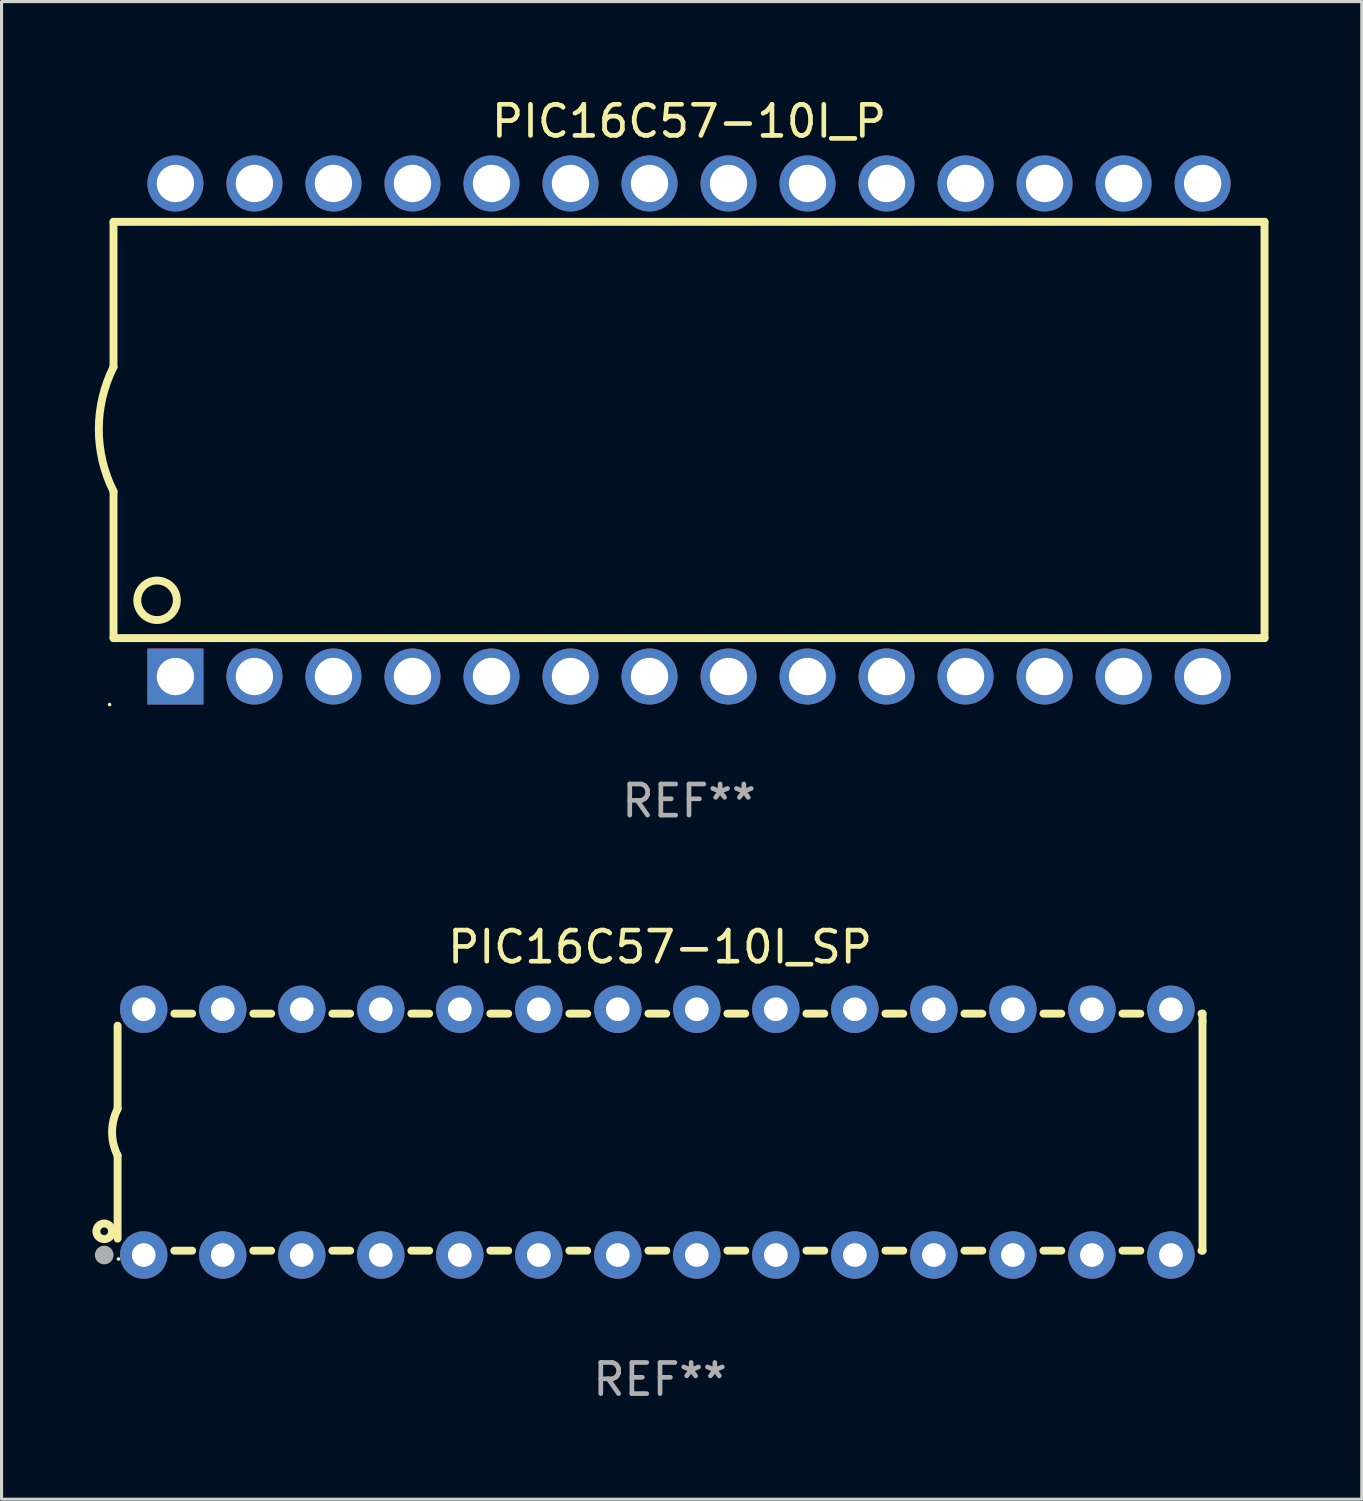
<source format=kicad_pcb>
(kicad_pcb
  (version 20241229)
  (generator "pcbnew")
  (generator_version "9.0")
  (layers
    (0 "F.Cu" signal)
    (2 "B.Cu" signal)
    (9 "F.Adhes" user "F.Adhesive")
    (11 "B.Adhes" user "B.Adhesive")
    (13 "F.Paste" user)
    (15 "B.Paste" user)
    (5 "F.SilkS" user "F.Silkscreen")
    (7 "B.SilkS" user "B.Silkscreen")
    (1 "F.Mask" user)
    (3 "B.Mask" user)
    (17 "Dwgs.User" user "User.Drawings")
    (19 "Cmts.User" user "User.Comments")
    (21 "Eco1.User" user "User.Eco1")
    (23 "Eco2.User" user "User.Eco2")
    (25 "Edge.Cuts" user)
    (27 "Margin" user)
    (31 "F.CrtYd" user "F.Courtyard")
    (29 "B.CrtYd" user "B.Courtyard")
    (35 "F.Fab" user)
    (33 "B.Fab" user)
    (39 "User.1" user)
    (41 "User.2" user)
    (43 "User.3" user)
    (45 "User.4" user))
  (footprint "PIC16C57-10I_SP"
    (layer "F.Cu")
    (at 18.168 33.344)
    (property "Reference" "PIC16C57-10I_SP" (at 0 -5.95 0) (layer "F.SilkS") (effects (font (size 1 1) (thickness 0.15))))
    (attr through_hole)
    (fp_line (start -17.438 0.75) (end -17.438 3.423) (stroke (width 0.254) (type solid)) (layer "F.SilkS"))
    (fp_line (start -17.438 -3.423) (end -17.438 -0.75) (stroke (width 0.254) (type solid)) (layer "F.SilkS"))
    (fp_line (start -15.615 3.81) (end -15.041 3.81) (stroke (width 0.254) (type solid)) (layer "F.SilkS"))
    (fp_line (start -15.041 -3.81) (end -15.614 -3.81) (stroke (width 0.254) (type solid)) (layer "F.SilkS"))
    (fp_line (start -13.075 3.81) (end -12.501 3.81) (stroke (width 0.254) (type solid)) (layer "F.SilkS"))
    (fp_line (start -12.501 -3.81) (end -13.074 -3.81) (stroke (width 0.254) (type solid)) (layer "F.SilkS"))
    (fp_line (start -10.535 3.81) (end -9.961 3.81) (stroke (width 0.254) (type solid)) (layer "F.SilkS"))
    (fp_line (start -9.961 -3.81) (end -10.534 -3.81) (stroke (width 0.254) (type solid)) (layer "F.SilkS"))
    (fp_line (start -7.995 3.81) (end -7.421 3.81) (stroke (width 0.254) (type solid)) (layer "F.SilkS"))
    (fp_line (start -7.421 -3.81) (end -7.995 -3.81) (stroke (width 0.254) (type solid)) (layer "F.SilkS"))
    (fp_line (start -5.455 3.81) (end -4.881 3.81) (stroke (width 0.254) (type solid)) (layer "F.SilkS"))
    (fp_line (start -4.881 -3.81) (end -5.455 -3.81) (stroke (width 0.254) (type solid)) (layer "F.SilkS"))
    (fp_line (start -2.915 3.81) (end -2.341 3.81) (stroke (width 0.254) (type solid)) (layer "F.SilkS"))
    (fp_line (start -2.341 -3.81) (end -2.915 -3.81) (stroke (width 0.254) (type solid)) (layer "F.SilkS"))
    (fp_line (start -0.375 3.81) (end 0.199 3.81) (stroke (width 0.254) (type solid)) (layer "F.SilkS"))
    (fp_line (start 0.199 -3.81) (end -0.375 -3.81) (stroke (width 0.254) (type solid)) (layer "F.SilkS"))
    (fp_line (start 2.165 3.81) (end 2.739 3.81) (stroke (width 0.254) (type solid)) (layer "F.SilkS"))
    (fp_line (start 2.739 -3.81) (end 2.165 -3.81) (stroke (width 0.254) (type solid)) (layer "F.SilkS"))
    (fp_line (start 4.705 3.81) (end 5.279 3.81) (stroke (width 0.254) (type solid)) (layer "F.SilkS"))
    (fp_line (start 5.279 -3.81) (end 4.705 -3.81) (stroke (width 0.254) (type solid)) (layer "F.SilkS"))
    (fp_line (start 7.245 3.81) (end 7.819 3.81) (stroke (width 0.254) (type solid)) (layer "F.SilkS"))
    (fp_line (start 7.819 -3.81) (end 7.245 -3.81) (stroke (width 0.254) (type solid)) (layer "F.SilkS"))
    (fp_line (start 9.785 3.81) (end 10.359 3.81) (stroke (width 0.254) (type solid)) (layer "F.SilkS"))
    (fp_line (start 10.359 -3.81) (end 9.785 -3.81) (stroke (width 0.254) (type solid)) (layer "F.SilkS"))
    (fp_line (start 12.325 3.81) (end 12.899 3.81) (stroke (width 0.254) (type solid)) (layer "F.SilkS"))
    (fp_line (start 12.899 -3.81) (end 12.325 -3.81) (stroke (width 0.254) (type solid)) (layer "F.SilkS"))
    (fp_line (start 14.865 3.81) (end 15.439 3.81) (stroke (width 0.254) (type solid)) (layer "F.SilkS"))
    (fp_line (start 15.439 -3.81) (end 14.865 -3.81) (stroke (width 0.254) (type solid)) (layer "F.SilkS"))
    (fp_line (start 17.405 3.81) (end 17.438 3.81) (stroke (width 0.254) (type solid)) (layer "F.SilkS"))
    (fp_line (start 17.438 -3.81) (end 17.405 -3.81) (stroke (width 0.254) (type solid)) (layer "F.SilkS"))
    (fp_line (start 17.438 -3.556) (end 17.438 -3.81) (stroke (width 0.254) (type solid)) (layer "F.SilkS"))
    (fp_line (start 17.438 3.81) (end 17.438 -3.556) (stroke (width 0.254) (type solid)) (layer "F.SilkS"))
    (fp_arc (start -17.437986 0.749657) (mid -17.614887 -0.000024) (end -17.437783 -0.749657) (stroke (width 0.254001) (type solid)) (layer "F.SilkS"))
    (fp_circle (center -17.868 3.188) (end -17.743 3.188) (stroke (width 0.254) (type solid)) (fill no) (layer "F.SilkS"))
    (fp_circle (center -17.411 4.077) (end -17.381 4.077) (stroke (width 0.06) (type solid)) (fill no) (layer "F.SilkS"))
    (fp_circle (center -17.868 3.95) (end -17.718 3.95) (stroke (width 0.3) (type solid)) (fill no) (layer "F.Fab"))
    (fp_text user "REF**" (at 0 7.95 0) (layer "F.Fab") (effects (font (size 1 1) (thickness 0.15))))
    (pad "1" thru_hole circle (at -16.598 3.95) (size 1.524 1.524) (drill 0.762) (layers "*.Cu" "*.Mask"))
    (pad "2" thru_hole circle (at -14.058 3.95) (size 1.524 1.524) (drill 0.762) (layers "*.Cu" "*.Mask"))
    (pad "3" thru_hole circle (at -11.518 3.95) (size 1.524 1.524) (drill 0.762) (layers "*.Cu" "*.Mask"))
    (pad "4" thru_hole circle (at -8.978 3.95) (size 1.524 1.524) (drill 0.762) (layers "*.Cu" "*.Mask"))
    (pad "5" thru_hole circle (at -6.438 3.95) (size 1.524 1.524) (drill 0.762) (layers "*.Cu" "*.Mask"))
    (pad "6" thru_hole circle (at -3.898 3.95) (size 1.524 1.524) (drill 0.762) (layers "*.Cu" "*.Mask"))
    (pad "7" thru_hole circle (at -1.358 3.95) (size 1.524 1.524) (drill 0.762) (layers "*.Cu" "*.Mask"))
    (pad "8" thru_hole circle (at 1.182 3.95) (size 1.524 1.524) (drill 0.762) (layers "*.Cu" "*.Mask"))
    (pad "9" thru_hole circle (at 3.722 3.95) (size 1.524 1.524) (drill 0.762) (layers "*.Cu" "*.Mask"))
    (pad "10" thru_hole circle (at 6.262 3.95) (size 1.524 1.524) (drill 0.762) (layers "*.Cu" "*.Mask"))
    (pad "11" thru_hole circle (at 8.802 3.95) (size 1.524 1.524) (drill 0.762) (layers "*.Cu" "*.Mask"))
    (pad "12" thru_hole circle (at 11.342 3.95) (size 1.524 1.524) (drill 0.762) (layers "*.Cu" "*.Mask"))
    (pad "13" thru_hole circle (at 13.882 3.95) (size 1.524 1.524) (drill 0.762) (layers "*.Cu" "*.Mask"))
    (pad "14" thru_hole circle (at 16.422 3.95) (size 1.524 1.524) (drill 0.762) (layers "*.Cu" "*.Mask"))
    (pad "15" thru_hole circle (at 16.422 -3.95) (size 1.524 1.524) (drill 0.762) (layers "*.Cu" "*.Mask"))
    (pad "16" thru_hole circle (at 13.882 -3.95) (size 1.524 1.524) (drill 0.762) (layers "*.Cu" "*.Mask"))
    (pad "17" thru_hole circle (at 11.342 -3.95) (size 1.524 1.524) (drill 0.762) (layers "*.Cu" "*.Mask"))
    (pad "18" thru_hole circle (at 8.802 -3.95) (size 1.524 1.524) (drill 0.762) (layers "*.Cu" "*.Mask"))
    (pad "19" thru_hole circle (at 6.262 -3.95) (size 1.524 1.524) (drill 0.762) (layers "*.Cu" "*.Mask"))
    (pad "20" thru_hole circle (at 3.722 -3.95) (size 1.524 1.524) (drill 0.762) (layers "*.Cu" "*.Mask"))
    (pad "21" thru_hole circle (at 1.182 -3.95) (size 1.524 1.524) (drill 0.762) (layers "*.Cu" "*.Mask"))
    (pad "22" thru_hole circle (at -1.358 -3.95) (size 1.524 1.524) (drill 0.762) (layers "*.Cu" "*.Mask"))
    (pad "23" thru_hole circle (at -3.898 -3.95) (size 1.524 1.524) (drill 0.762) (layers "*.Cu" "*.Mask"))
    (pad "24" thru_hole circle (at -6.438 -3.95) (size 1.524 1.524) (drill 0.762) (layers "*.Cu" "*.Mask"))
    (pad "25" thru_hole circle (at -8.978 -3.95) (size 1.524 1.524) (drill 0.762) (layers "*.Cu" "*.Mask"))
    (pad "26" thru_hole circle (at -11.517 -3.95) (size 1.524 1.524) (drill 0.762) (layers "*.Cu" "*.Mask"))
    (pad "27" thru_hole circle (at -14.057 -3.95) (size 1.524 1.524) (drill 0.762) (layers "*.Cu" "*.Mask"))
    (pad "28" thru_hole circle (at -16.597 -3.95) (size 1.524 1.524) (drill 0.762) (layers "*.Cu" "*.Mask")))
  (footprint "PIC16C57-10I_P"
    (layer "F.Cu")
    (at 19.099 10.773)
    (property "Reference" "PIC16C57-10I_P" (at 0 -9.925 0) (layer "F.SilkS") (effects (font (size 1 1) (thickness 0.15))))
    (attr through_hole)
    (fp_line (start -18.5 -6.692) (end -18.5 -2.026) (stroke (width 0.254) (type solid)) (layer "F.SilkS"))
    (fp_line (start -18.5 6.689) (end -18.5 1.974) (stroke (width 0.254) (type solid)) (layer "F.SilkS"))
    (fp_line (start -18.5 6.689) (end 18.5 6.689) (stroke (width 0.254) (type solid)) (layer "F.SilkS"))
    (fp_line (start 18.5 -6.692) (end -18.5 -6.692) (stroke (width 0.254) (type solid)) (layer "F.SilkS"))
    (fp_line (start 18.5 6.689) (end 18.5 -6.692) (stroke (width 0.254) (type solid)) (layer "F.SilkS"))
    (fp_arc (start -18.500051 1.974346) (mid -18.972187 -0.025654) (end -18.500051 -2.025654) (stroke (width 0.254001) (type solid)) (layer "F.SilkS"))
    (fp_circle (center -18.627 8.824) (end -18.597 8.824) (stroke (width 0.06) (type solid)) (fill no) (layer "F.SilkS"))
    (fp_circle (center -17.1 5.474) (end -16.465 5.474) (stroke (width 0.254) (type solid)) (fill no) (layer "F.SilkS"))
    (fp_text user "REF**" (at 0 11.925 0) (layer "F.Fab") (effects (font (size 1 1) (thickness 0.15))))
    (pad "1" thru_hole rect (at -16.51 7.925) (size 1.8 1.8) (drill 1.2) (layers "*.Cu" "*.Mask"))
    (pad "2" thru_hole circle (at -13.97 7.924) (size 1.8 1.8) (drill 1.2) (layers "*.Cu" "*.Mask"))
    (pad "3" thru_hole circle (at -11.43 7.924) (size 1.8 1.8) (drill 1.2) (layers "*.Cu" "*.Mask"))
    (pad "4" thru_hole circle (at -8.89 7.924) (size 1.8 1.8) (drill 1.2) (layers "*.Cu" "*.Mask"))
    (pad "5" thru_hole circle (at -6.35 7.924) (size 1.8 1.8) (drill 1.2) (layers "*.Cu" "*.Mask"))
    (pad "6" thru_hole circle (at -3.81 7.924) (size 1.8 1.8) (drill 1.2) (layers "*.Cu" "*.Mask"))
    (pad "7" thru_hole circle (at -1.27 7.924) (size 1.8 1.8) (drill 1.2) (layers "*.Cu" "*.Mask"))
    (pad "8" thru_hole circle (at 1.27 7.924) (size 1.8 1.8) (drill 1.2) (layers "*.Cu" "*.Mask"))
    (pad "9" thru_hole circle (at 3.81 7.924) (size 1.8 1.8) (drill 1.2) (layers "*.Cu" "*.Mask"))
    (pad "10" thru_hole circle (at 6.35 7.924) (size 1.8 1.8) (drill 1.2) (layers "*.Cu" "*.Mask"))
    (pad "11" thru_hole circle (at 8.89 7.924) (size 1.8 1.8) (drill 1.2) (layers "*.Cu" "*.Mask"))
    (pad "12" thru_hole circle (at 11.43 7.924) (size 1.8 1.8) (drill 1.2) (layers "*.Cu" "*.Mask"))
    (pad "13" thru_hole circle (at 13.97 7.924) (size 1.8 1.8) (drill 1.2) (layers "*.Cu" "*.Mask"))
    (pad "14" thru_hole circle (at 16.51 7.924) (size 1.8 1.8) (drill 1.2) (layers "*.Cu" "*.Mask"))
    (pad "15" thru_hole circle (at 16.51 -7.925) (size 1.8 1.8) (drill 1.2) (layers "*.Cu" "*.Mask"))
    (pad "16" thru_hole circle (at 13.97 -7.925) (size 1.8 1.8) (drill 1.2) (layers "*.Cu" "*.Mask"))
    (pad "17" thru_hole circle (at 11.43 -7.925) (size 1.8 1.8) (drill 1.2) (layers "*.Cu" "*.Mask"))
    (pad "18" thru_hole circle (at 8.89 -7.925) (size 1.8 1.8) (drill 1.2) (layers "*.Cu" "*.Mask"))
    (pad "19" thru_hole circle (at 6.35 -7.925) (size 1.8 1.8) (drill 1.2) (layers "*.Cu" "*.Mask"))
    (pad "20" thru_hole circle (at 3.81 -7.925) (size 1.8 1.8) (drill 1.2) (layers "*.Cu" "*.Mask"))
    (pad "21" thru_hole circle (at 1.27 -7.925) (size 1.8 1.8) (drill 1.2) (layers "*.Cu" "*.Mask"))
    (pad "22" thru_hole circle (at -1.27 -7.925) (size 1.8 1.8) (drill 1.2) (layers "*.Cu" "*.Mask"))
    (pad "23" thru_hole circle (at -3.81 -7.925) (size 1.8 1.8) (drill 1.2) (layers "*.Cu" "*.Mask"))
    (pad "24" thru_hole circle (at -6.35 -7.925) (size 1.8 1.8) (drill 1.2) (layers "*.Cu" "*.Mask"))
    (pad "25" thru_hole circle (at -8.89 -7.925) (size 1.8 1.8) (drill 1.2) (layers "*.Cu" "*.Mask"))
    (pad "26" thru_hole circle (at -11.43 -7.925) (size 1.8 1.8) (drill 1.2) (layers "*.Cu" "*.Mask"))
    (pad "27" thru_hole circle (at -13.97 -7.925) (size 1.8 1.8) (drill 1.2) (layers "*.Cu" "*.Mask"))
    (pad "28" thru_hole circle (at -16.51 -7.925) (size 1.8 1.8) (drill 1.2) (layers "*.Cu" "*.Mask")))
  (gr_rect
    (start -3 -3)
    (end 40.726 45.143)
    (stroke (width 0.1) (type default))
    (fill no)
    (layer "Edge.Cuts")))
</source>
